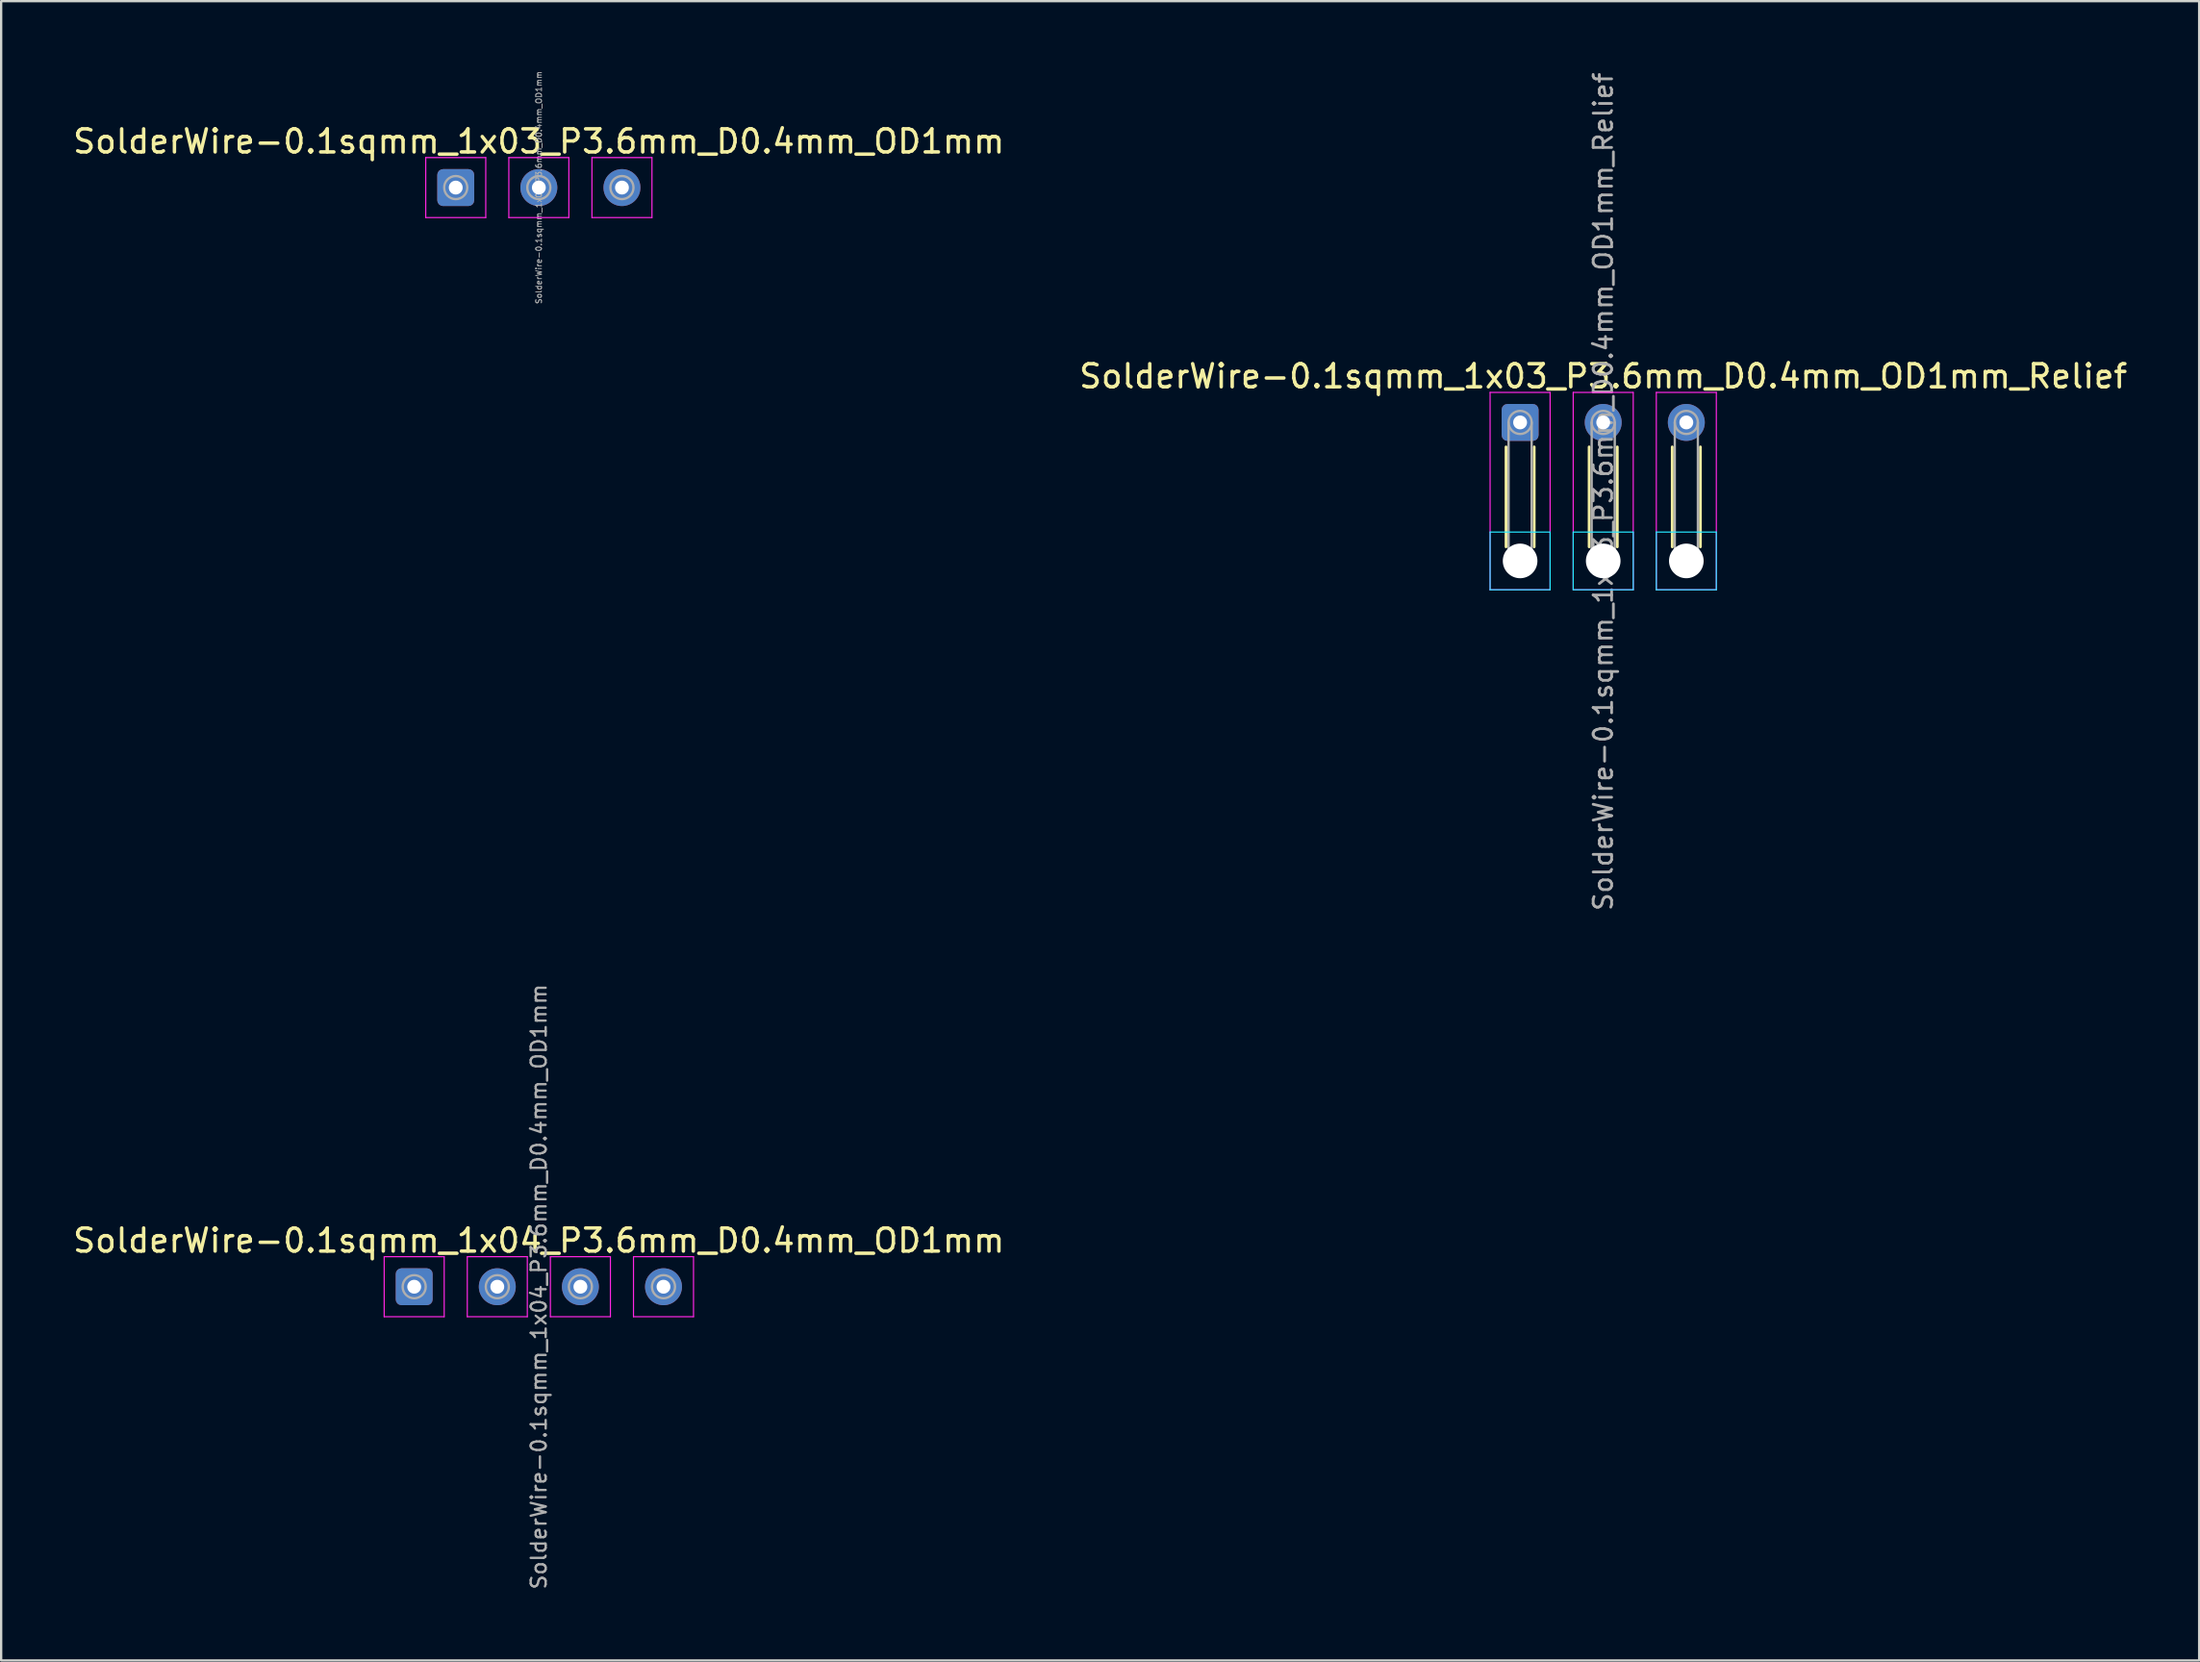
<source format=kicad_pcb>
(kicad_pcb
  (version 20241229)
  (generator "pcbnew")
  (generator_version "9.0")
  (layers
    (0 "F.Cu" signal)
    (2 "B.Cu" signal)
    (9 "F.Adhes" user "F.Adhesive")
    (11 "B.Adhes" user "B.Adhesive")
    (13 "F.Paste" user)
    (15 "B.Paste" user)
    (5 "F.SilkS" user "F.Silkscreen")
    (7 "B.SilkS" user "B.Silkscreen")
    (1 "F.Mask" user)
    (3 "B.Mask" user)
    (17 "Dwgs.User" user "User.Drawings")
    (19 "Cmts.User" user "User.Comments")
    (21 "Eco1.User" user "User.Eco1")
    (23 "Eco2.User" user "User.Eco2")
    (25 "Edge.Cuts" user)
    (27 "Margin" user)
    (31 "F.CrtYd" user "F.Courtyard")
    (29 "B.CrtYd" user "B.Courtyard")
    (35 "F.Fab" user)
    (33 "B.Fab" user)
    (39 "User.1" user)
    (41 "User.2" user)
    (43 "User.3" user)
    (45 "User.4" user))
  (footprint "SolderWire-0.1sqmm_1x03_P3.6mm_D0.4mm_OD1mm_Relief"
    (layer "F.Cu")
    (at 62.799 15.252)
    (property "Reference" "SolderWire-0.1sqmm_1x03_P3.6mm_D0.4mm_OD1mm_Relief" (at 3.6 -2 0) (layer "F.SilkS") (effects (font (size 1 1) (thickness 0.15))))
    (attr exclude_from_pos_files exclude_from_bom)
    (fp_line (start -0.61 1.06) (end -0.61 5.39) (stroke (width 0.12) (type solid)) (layer "F.SilkS"))
    (fp_line (start 0.61 1.06) (end 0.61 5.39) (stroke (width 0.12) (type solid)) (layer "F.SilkS"))
    (fp_line (start 2.99 1.06) (end 2.99 5.39) (stroke (width 0.12) (type solid)) (layer "F.SilkS"))
    (fp_line (start 4.21 1.06) (end 4.21 5.39) (stroke (width 0.12) (type solid)) (layer "F.SilkS"))
    (fp_line (start 6.59 1.06) (end 6.59 5.39) (stroke (width 0.12) (type solid)) (layer "F.SilkS"))
    (fp_line (start 7.81 1.06) (end 7.81 5.39) (stroke (width 0.12) (type solid)) (layer "F.SilkS"))
    (fp_line (start -1.3 4.75) (end -1.3 7.25) (stroke (width 0.05) (type solid)) (layer "B.CrtYd"))
    (fp_line (start -1.3 7.25) (end 1.3 7.25) (stroke (width 0.05) (type solid)) (layer "B.CrtYd"))
    (fp_line (start 1.3 4.75) (end -1.3 4.75) (stroke (width 0.05) (type solid)) (layer "B.CrtYd"))
    (fp_line (start 1.3 7.25) (end 1.3 4.75) (stroke (width 0.05) (type solid)) (layer "B.CrtYd"))
    (fp_line (start 2.3 4.75) (end 2.3 7.25) (stroke (width 0.05) (type solid)) (layer "B.CrtYd"))
    (fp_line (start 2.3 7.25) (end 4.9 7.25) (stroke (width 0.05) (type solid)) (layer "B.CrtYd"))
    (fp_line (start 4.9 4.75) (end 2.3 4.75) (stroke (width 0.05) (type solid)) (layer "B.CrtYd"))
    (fp_line (start 4.9 7.25) (end 4.9 4.75) (stroke (width 0.05) (type solid)) (layer "B.CrtYd"))
    (fp_line (start 5.9 4.75) (end 5.9 7.25) (stroke (width 0.05) (type solid)) (layer "B.CrtYd"))
    (fp_line (start 5.9 7.25) (end 8.5 7.25) (stroke (width 0.05) (type solid)) (layer "B.CrtYd"))
    (fp_line (start 8.5 4.75) (end 5.9 4.75) (stroke (width 0.05) (type solid)) (layer "B.CrtYd"))
    (fp_line (start 8.5 7.25) (end 8.5 4.75) (stroke (width 0.05) (type solid)) (layer "B.CrtYd"))
    (fp_line (start -1.3 -1.3) (end -1.3 7.25) (stroke (width 0.05) (type solid)) (layer "F.CrtYd"))
    (fp_line (start -1.3 7.25) (end 1.3 7.25) (stroke (width 0.05) (type solid)) (layer "F.CrtYd"))
    (fp_line (start 1.3 -1.3) (end -1.3 -1.3) (stroke (width 0.05) (type solid)) (layer "F.CrtYd"))
    (fp_line (start 1.3 7.25) (end 1.3 -1.3) (stroke (width 0.05) (type solid)) (layer "F.CrtYd"))
    (fp_line (start 2.3 -1.3) (end 2.3 7.25) (stroke (width 0.05) (type solid)) (layer "F.CrtYd"))
    (fp_line (start 2.3 7.25) (end 4.9 7.25) (stroke (width 0.05) (type solid)) (layer "F.CrtYd"))
    (fp_line (start 4.9 -1.3) (end 2.3 -1.3) (stroke (width 0.05) (type solid)) (layer "F.CrtYd"))
    (fp_line (start 4.9 7.25) (end 4.9 -1.3) (stroke (width 0.05) (type solid)) (layer "F.CrtYd"))
    (fp_line (start 5.9 -1.3) (end 5.9 7.25) (stroke (width 0.05) (type solid)) (layer "F.CrtYd"))
    (fp_line (start 5.9 7.25) (end 8.5 7.25) (stroke (width 0.05) (type solid)) (layer "F.CrtYd"))
    (fp_line (start 8.5 -1.3) (end 5.9 -1.3) (stroke (width 0.05) (type solid)) (layer "F.CrtYd"))
    (fp_line (start 8.5 7.25) (end 8.5 -1.3) (stroke (width 0.05) (type solid)) (layer "F.CrtYd"))
    (fp_line (start -0.5 0) (end -0.5 6) (stroke (width 0.1) (type solid)) (layer "F.Fab"))
    (fp_line (start 0.5 0) (end 0.5 6) (stroke (width 0.1) (type solid)) (layer "F.Fab"))
    (fp_line (start 3.1 0) (end 3.1 6) (stroke (width 0.1) (type solid)) (layer "F.Fab"))
    (fp_line (start 4.1 0) (end 4.1 6) (stroke (width 0.1) (type solid)) (layer "F.Fab"))
    (fp_line (start 6.7 0) (end 6.7 6) (stroke (width 0.1) (type solid)) (layer "F.Fab"))
    (fp_line (start 7.7 0) (end 7.7 6) (stroke (width 0.1) (type solid)) (layer "F.Fab"))
    (fp_circle (center 0 0) (end 0.5 0) (stroke (width 0.1) (type solid)) (fill no) (layer "F.Fab"))
    (fp_circle (center 0 6) (end 0.5 6) (stroke (width 0.1) (type solid)) (fill no) (layer "F.Fab"))
    (fp_circle (center 3.6 0) (end 4.1 0) (stroke (width 0.1) (type solid)) (fill no) (layer "F.Fab"))
    (fp_circle (center 3.6 6) (end 4.1 6) (stroke (width 0.1) (type solid)) (fill no) (layer "F.Fab"))
    (fp_circle (center 7.2 0) (end 7.7 0) (stroke (width 0.1) (type solid)) (fill no) (layer "F.Fab"))
    (fp_circle (center 7.2 6) (end 7.7 6) (stroke (width 0.1) (type solid)) (fill no) (layer "F.Fab"))
    (fp_text user "${REFERENCE}" (at 3.6 3 90) (layer "F.Fab") (effects (font (size 0.8 0.8) (thickness 0.12))))
    (pad "" np_thru_hole circle (at 0 6) (size 1.5 1.5) (drill 1.5) (layers "*.Cu" "*.Mask"))
    (pad "" np_thru_hole circle (at 3.6 6) (size 1.5 1.5) (drill 1.5) (layers "*.Cu" "*.Mask"))
    (pad "" np_thru_hole circle (at 7.2 6) (size 1.5 1.5) (drill 1.5) (layers "*.Cu" "*.Mask"))
    (pad "1" thru_hole roundrect (at 0 0) (size 1.6 1.6) (drill 0.6) (layers "*.Cu" "*.Mask") (roundrect_rratio 0.156))
    (pad "2" thru_hole circle (at 3.6 0) (size 1.6 1.6) (drill 0.6) (layers "*.Cu" "*.Mask"))
    (pad "3" thru_hole circle (at 7.2 0) (size 1.6 1.6) (drill 0.6) (layers "*.Cu" "*.Mask")))
  (footprint "SolderWire-0.1sqmm_1x04_P3.6mm_D0.4mm_OD1mm"
    (layer "F.Cu")
    (at 14.892 52.698)
    (property "Reference" "SolderWire-0.1sqmm_1x04_P3.6mm_D0.4mm_OD1mm" (at 5.4 -2 0) (layer "F.SilkS") (effects (font (size 1 1) (thickness 0.15))))
    (attr exclude_from_pos_files exclude_from_bom)
    (fp_line (start -1.3 -1.3) (end -1.3 1.3) (stroke (width 0.05) (type solid)) (layer "F.CrtYd"))
    (fp_line (start -1.3 1.3) (end 1.3 1.3) (stroke (width 0.05) (type solid)) (layer "F.CrtYd"))
    (fp_line (start 1.3 -1.3) (end -1.3 -1.3) (stroke (width 0.05) (type solid)) (layer "F.CrtYd"))
    (fp_line (start 1.3 1.3) (end 1.3 -1.3) (stroke (width 0.05) (type solid)) (layer "F.CrtYd"))
    (fp_line (start 2.3 -1.3) (end 2.3 1.3) (stroke (width 0.05) (type solid)) (layer "F.CrtYd"))
    (fp_line (start 2.3 1.3) (end 4.9 1.3) (stroke (width 0.05) (type solid)) (layer "F.CrtYd"))
    (fp_line (start 4.9 -1.3) (end 2.3 -1.3) (stroke (width 0.05) (type solid)) (layer "F.CrtYd"))
    (fp_line (start 4.9 1.3) (end 4.9 -1.3) (stroke (width 0.05) (type solid)) (layer "F.CrtYd"))
    (fp_line (start 5.9 -1.3) (end 5.9 1.3) (stroke (width 0.05) (type solid)) (layer "F.CrtYd"))
    (fp_line (start 5.9 1.3) (end 8.5 1.3) (stroke (width 0.05) (type solid)) (layer "F.CrtYd"))
    (fp_line (start 8.5 -1.3) (end 5.9 -1.3) (stroke (width 0.05) (type solid)) (layer "F.CrtYd"))
    (fp_line (start 8.5 1.3) (end 8.5 -1.3) (stroke (width 0.05) (type solid)) (layer "F.CrtYd"))
    (fp_line (start 9.5 -1.3) (end 9.5 1.3) (stroke (width 0.05) (type solid)) (layer "F.CrtYd"))
    (fp_line (start 9.5 1.3) (end 12.1 1.3) (stroke (width 0.05) (type solid)) (layer "F.CrtYd"))
    (fp_line (start 12.1 -1.3) (end 9.5 -1.3) (stroke (width 0.05) (type solid)) (layer "F.CrtYd"))
    (fp_line (start 12.1 1.3) (end 12.1 -1.3) (stroke (width 0.05) (type solid)) (layer "F.CrtYd"))
    (fp_circle (center 0 0) (end 0.5 0) (stroke (width 0.1) (type solid)) (fill no) (layer "F.Fab"))
    (fp_circle (center 3.6 0) (end 4.1 0) (stroke (width 0.1) (type solid)) (fill no) (layer "F.Fab"))
    (fp_circle (center 7.2 0) (end 7.7 0) (stroke (width 0.1) (type solid)) (fill no) (layer "F.Fab"))
    (fp_circle (center 10.8 0) (end 11.3 0) (stroke (width 0.1) (type solid)) (fill no) (layer "F.Fab"))
    (fp_text user "${REFERENCE}" (at 5.4 0 90) (layer "F.Fab") (effects (font (size 0.65 0.65) (thickness 0.1))))
    (pad "1" thru_hole roundrect (at 0 0) (size 1.6 1.6) (drill 0.6) (layers "*.Cu" "*.Mask") (roundrect_rratio 0.156))
    (pad "2" thru_hole circle (at 3.6 0) (size 1.6 1.6) (drill 0.6) (layers "*.Cu" "*.Mask"))
    (pad "3" thru_hole circle (at 7.2 0) (size 1.6 1.6) (drill 0.6) (layers "*.Cu" "*.Mask"))
    (pad "4" thru_hole circle (at 10.8 0) (size 1.6 1.6) (drill 0.6) (layers "*.Cu" "*.Mask")))
  (footprint "SolderWire-0.1sqmm_1x03_P3.6mm_D0.4mm_OD1mm"
    (layer "F.Cu")
    (at 16.692 5.077)
    (property "Reference" "SolderWire-0.1sqmm_1x03_P3.6mm_D0.4mm_OD1mm" (at 3.6 -2 0) (layer "F.SilkS") (effects (font (size 1 1) (thickness 0.15))))
    (attr exclude_from_pos_files exclude_from_bom)
    (fp_line (start -1.3 -1.3) (end -1.3 1.3) (stroke (width 0.05) (type solid)) (layer "F.CrtYd"))
    (fp_line (start -1.3 1.3) (end 1.3 1.3) (stroke (width 0.05) (type solid)) (layer "F.CrtYd"))
    (fp_line (start 1.3 -1.3) (end -1.3 -1.3) (stroke (width 0.05) (type solid)) (layer "F.CrtYd"))
    (fp_line (start 1.3 1.3) (end 1.3 -1.3) (stroke (width 0.05) (type solid)) (layer "F.CrtYd"))
    (fp_line (start 2.3 -1.3) (end 2.3 1.3) (stroke (width 0.05) (type solid)) (layer "F.CrtYd"))
    (fp_line (start 2.3 1.3) (end 4.9 1.3) (stroke (width 0.05) (type solid)) (layer "F.CrtYd"))
    (fp_line (start 4.9 -1.3) (end 2.3 -1.3) (stroke (width 0.05) (type solid)) (layer "F.CrtYd"))
    (fp_line (start 4.9 1.3) (end 4.9 -1.3) (stroke (width 0.05) (type solid)) (layer "F.CrtYd"))
    (fp_line (start 5.9 -1.3) (end 5.9 1.3) (stroke (width 0.05) (type solid)) (layer "F.CrtYd"))
    (fp_line (start 5.9 1.3) (end 8.5 1.3) (stroke (width 0.05) (type solid)) (layer "F.CrtYd"))
    (fp_line (start 8.5 -1.3) (end 5.9 -1.3) (stroke (width 0.05) (type solid)) (layer "F.CrtYd"))
    (fp_line (start 8.5 1.3) (end 8.5 -1.3) (stroke (width 0.05) (type solid)) (layer "F.CrtYd"))
    (fp_circle (center 0 0) (end 0.5 0) (stroke (width 0.1) (type solid)) (fill no) (layer "F.Fab"))
    (fp_circle (center 3.6 0) (end 4.1 0) (stroke (width 0.1) (type solid)) (fill no) (layer "F.Fab"))
    (fp_circle (center 7.2 0) (end 7.7 0) (stroke (width 0.1) (type solid)) (fill no) (layer "F.Fab"))
    (fp_text user "${REFERENCE}" (at 3.6 0 90) (layer "F.Fab") (effects (font (size 0.25 0.25) (thickness 0.04))))
    (pad "1" thru_hole roundrect (at 0 0) (size 1.6 1.6) (drill 0.6) (layers "*.Cu" "*.Mask") (roundrect_rratio 0.156))
    (pad "2" thru_hole circle (at 3.6 0) (size 1.6 1.6) (drill 0.6) (layers "*.Cu" "*.Mask"))
    (pad "3" thru_hole circle (at 7.2 0) (size 1.6 1.6) (drill 0.6) (layers "*.Cu" "*.Mask")))
  (gr_rect
    (start -3 -3)
    (end 92.214 68.891)
    (stroke (width 0.1) (type default))
    (fill no)
    (layer "Edge.Cuts")))
</source>
